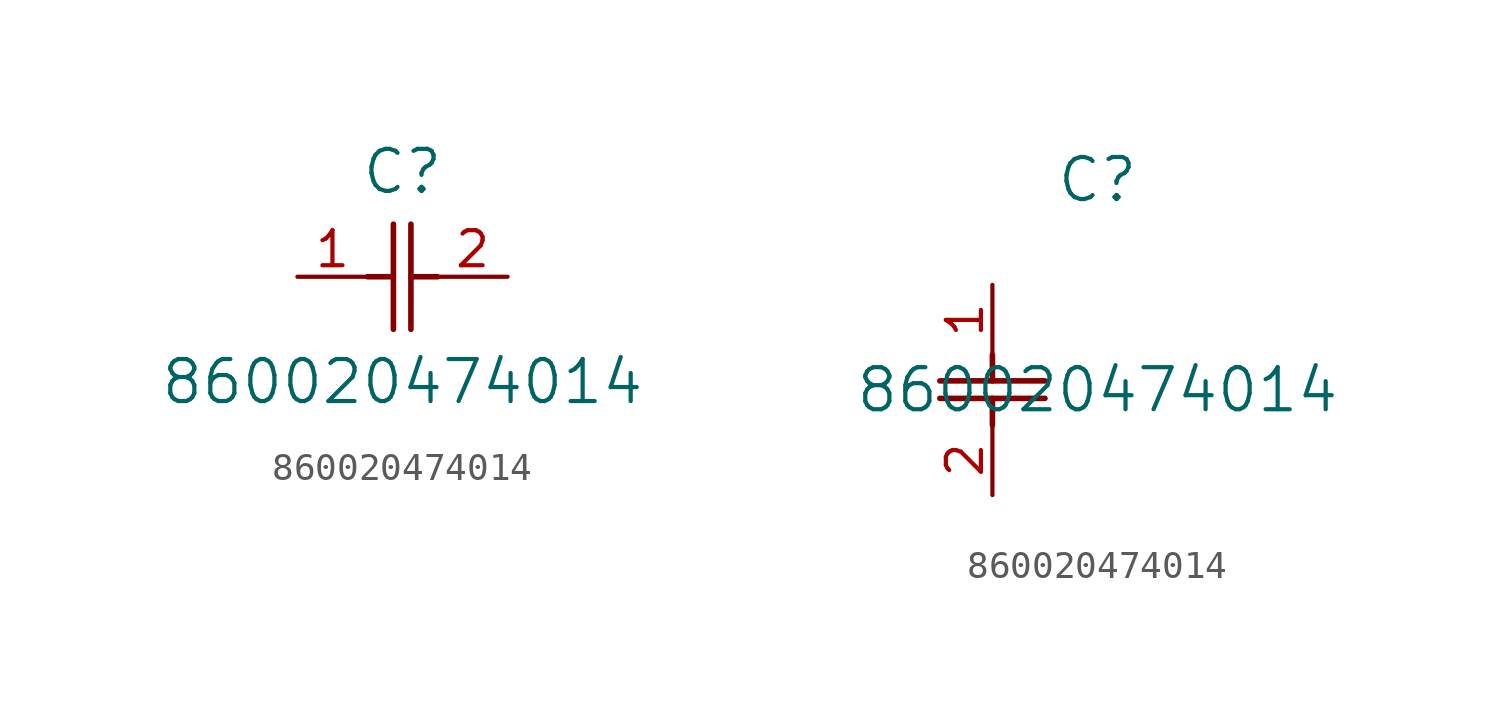
<source format=kicad_sym>
(kicad_symbol_lib
  (version 20211014)
  (generator kicad_symbol_editor)
  (symbol "860020474014"
    (pin_names
      (offset 0.254))
    (property "Reference" "C"
      (at 3.81 3.81 0)
      (effects (font (size 1.524 1.524))))
    (property "Value" "860020474014"
      (at 3.81 -3.81 0)
      (effects (font (size 1.524 1.524))))
    (symbol "860020474014_1_1"
      (polyline (pts (xy 3.48 -1.905) (xy 3.48 1.905)) (stroke (width 0.203) (type default) (color 0 0 0 0)) (fill (type none)))
      (polyline (pts (xy 4.115 -1.905) (xy 4.115 1.905)) (stroke (width 0.203) (type default) (color 0 0 0 0)) (fill (type none)))
      (polyline (pts (xy 4.115 0) (xy 5.08 0)) (stroke (width 0.203) (type default) (color 0 0 0 0)) (fill (type none)))
      (polyline (pts (xy 2.54 0) (xy 3.48 0)) (stroke (width 0.203) (type default) (color 0 0 0 0)) (fill (type none)))
      (pin unspecified line (at 0 0 0) (length 2.54) (name "" (effects (font (size 1.27 1.27)))) (number "1" (effects (font (size 1.27 1.27)))))
      (pin unspecified line (at 7.62 0 180) (length 2.54) (name "" (effects (font (size 1.27 1.27)))) (number "2" (effects (font (size 1.27 1.27))))))
    (symbol "860020474014_1_2"
      (polyline (pts (xy -1.905 -3.48) (xy 1.905 -3.48)) (stroke (width 0.203) (type default) (color 0 0 0 0)) (fill (type none)))
      (polyline (pts (xy -1.905 -4.115) (xy 1.905 -4.115)) (stroke (width 0.203) (type default) (color 0 0 0 0)) (fill (type none)))
      (polyline (pts (xy 0 -4.115) (xy 0 -5.08)) (stroke (width 0.203) (type default) (color 0 0 0 0)) (fill (type none)))
      (polyline (pts (xy 0 -2.54) (xy 0 -3.48)) (stroke (width 0.203) (type default) (color 0 0 0 0)) (fill (type none)))
      (pin unspecified line (at 0 0 270) (length 2.54) (name "" (effects (font (size 1.27 1.27)))) (number "1" (effects (font (size 1.27 1.27)))))
      (pin unspecified line (at 0 -7.62 90) (length 2.54) (name "" (effects (font (size 1.27 1.27)))) (number "2" (effects (font (size 1.27 1.27))))))))
</source>
